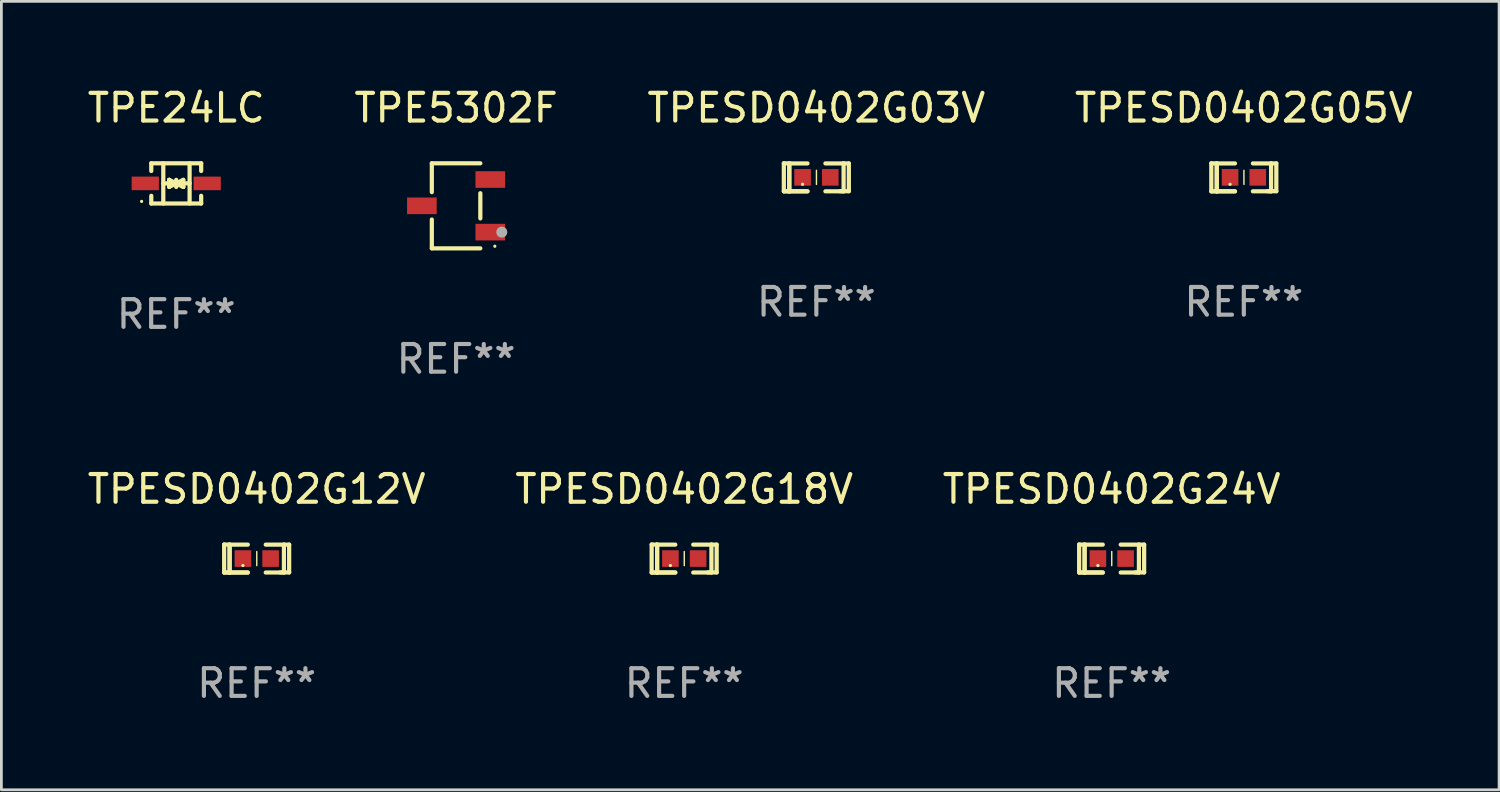
<source format=kicad_pcb>
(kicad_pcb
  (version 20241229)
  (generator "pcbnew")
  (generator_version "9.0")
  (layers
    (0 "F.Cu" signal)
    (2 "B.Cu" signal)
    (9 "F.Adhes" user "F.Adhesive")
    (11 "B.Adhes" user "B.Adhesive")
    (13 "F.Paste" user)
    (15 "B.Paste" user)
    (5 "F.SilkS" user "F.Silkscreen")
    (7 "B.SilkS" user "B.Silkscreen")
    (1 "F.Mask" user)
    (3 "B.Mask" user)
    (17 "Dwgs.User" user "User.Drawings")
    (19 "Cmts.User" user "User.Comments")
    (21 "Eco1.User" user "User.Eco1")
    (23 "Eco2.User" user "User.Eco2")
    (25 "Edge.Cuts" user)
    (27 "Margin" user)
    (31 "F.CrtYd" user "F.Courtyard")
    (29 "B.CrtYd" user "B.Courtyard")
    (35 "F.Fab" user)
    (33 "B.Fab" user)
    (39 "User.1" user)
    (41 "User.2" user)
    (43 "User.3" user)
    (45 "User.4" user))
  (footprint "TPESD0402G03V"
    (layer "F.Cu")
    (at 26.435 3.354)
    (property "Reference" "TPESD0402G03V" (at 0 -2.506 0) (layer "F.SilkS") (effects (font (size 1 1) (thickness 0.15))))
    (attr through_hole)
    (fp_line (start -1.174 -0.506) (end -0.977 -0.502) (stroke (width 0.152) (type solid)) (layer "F.SilkS"))
    (fp_line (start -1.174 0.506) (end -1.174 -0.506) (stroke (width 0.152) (type solid)) (layer "F.SilkS"))
    (fp_line (start -0.977 -0.502) (end -0.977 0.506) (stroke (width 0.152) (type solid)) (layer "F.SilkS"))
    (fp_line (start -0.977 -0.502) (end -0.977 0.506) (stroke (width 0.152) (type solid)) (layer "F.SilkS"))
    (fp_line (start -0.977 0.506) (end -1.166 0.506) (stroke (width 0.152) (type solid)) (layer "F.SilkS"))
    (fp_line (start -0.977 0.506) (end -0.32 0.506) (stroke (width 0.152) (type solid)) (layer "F.SilkS"))
    (fp_line (start -0.977 0.506) (end -0.32 0.506) (stroke (width 0.152) (type solid)) (layer "F.SilkS"))
    (fp_line (start -0.971 0.506) (end -1.174 0.506) (stroke (width 0.152) (type solid)) (layer "F.SilkS"))
    (fp_line (start -0.32 -0.502) (end -0.977 -0.502) (stroke (width 0.152) (type solid)) (layer "F.SilkS"))
    (fp_line (start 0.004 -0.252) (end 0.004 0.256) (stroke (width 0.051) (type solid)) (layer "F.SilkS"))
    (fp_line (start 0.328 0.506) (end 0.985 0.506) (stroke (width 0.152) (type solid)) (layer "F.SilkS"))
    (fp_line (start 0.985 -0.502) (end 0.328 -0.502) (stroke (width 0.152) (type solid)) (layer "F.SilkS"))
    (fp_line (start 0.985 -0.502) (end 1.174 -0.502) (stroke (width 0.152) (type solid)) (layer "F.SilkS"))
    (fp_line (start 0.985 0.506) (end 0.985 -0.502) (stroke (width 0.152) (type solid)) (layer "F.SilkS"))
    (fp_line (start 1.174 -0.502) (end 1.174 0.502) (stroke (width 0.152) (type solid)) (layer "F.SilkS"))
    (fp_line (start 1.174 0.502) (end 0.851 0.502) (stroke (width 0.152) (type solid)) (layer "F.SilkS"))
    (fp_circle (center -0.497 0.253) (end -0.467 0.253) (stroke (width 0.06) (type solid)) (fill no) (layer "F.SilkS"))
    (fp_text user "REF**" (at 0 4.506 0) (layer "F.Fab") (effects (font (size 1 1) (thickness 0.15))))
    (pad "1" smd rect (at -0.496 0.002) (size 0.6 0.6) (layers "F.Cu" "F.Mask" "F.Paste"))
    (pad "2" smd rect (at 0.504 0.002) (size 0.6 0.6) (layers "F.Cu" "F.Mask" "F.Paste")))
  (footprint "TPESD0402G12V"
    (layer "F.Cu")
    (at 6.22 17.123)
    (property "Reference" "TPESD0402G12V" (at 0 -2.506 0) (layer "F.SilkS") (effects (font (size 1 1) (thickness 0.15))))
    (attr through_hole)
    (fp_line (start -1.174 -0.506) (end -0.977 -0.502) (stroke (width 0.152) (type solid)) (layer "F.SilkS"))
    (fp_line (start -1.174 0.506) (end -1.174 -0.506) (stroke (width 0.152) (type solid)) (layer "F.SilkS"))
    (fp_line (start -0.977 -0.502) (end -0.977 0.506) (stroke (width 0.152) (type solid)) (layer "F.SilkS"))
    (fp_line (start -0.977 -0.502) (end -0.977 0.506) (stroke (width 0.152) (type solid)) (layer "F.SilkS"))
    (fp_line (start -0.977 0.506) (end -1.166 0.506) (stroke (width 0.152) (type solid)) (layer "F.SilkS"))
    (fp_line (start -0.977 0.506) (end -0.32 0.506) (stroke (width 0.152) (type solid)) (layer "F.SilkS"))
    (fp_line (start -0.977 0.506) (end -0.32 0.506) (stroke (width 0.152) (type solid)) (layer "F.SilkS"))
    (fp_line (start -0.971 0.506) (end -1.174 0.506) (stroke (width 0.152) (type solid)) (layer "F.SilkS"))
    (fp_line (start -0.32 -0.502) (end -0.977 -0.502) (stroke (width 0.152) (type solid)) (layer "F.SilkS"))
    (fp_line (start 0.004 -0.252) (end 0.004 0.256) (stroke (width 0.051) (type solid)) (layer "F.SilkS"))
    (fp_line (start 0.328 0.506) (end 0.985 0.506) (stroke (width 0.152) (type solid)) (layer "F.SilkS"))
    (fp_line (start 0.985 -0.502) (end 0.328 -0.502) (stroke (width 0.152) (type solid)) (layer "F.SilkS"))
    (fp_line (start 0.985 -0.502) (end 1.174 -0.502) (stroke (width 0.152) (type solid)) (layer "F.SilkS"))
    (fp_line (start 0.985 0.506) (end 0.985 -0.502) (stroke (width 0.152) (type solid)) (layer "F.SilkS"))
    (fp_line (start 1.174 -0.502) (end 1.174 0.502) (stroke (width 0.152) (type solid)) (layer "F.SilkS"))
    (fp_line (start 1.174 0.502) (end 0.851 0.502) (stroke (width 0.152) (type solid)) (layer "F.SilkS"))
    (fp_circle (center -0.497 0.253) (end -0.467 0.253) (stroke (width 0.06) (type solid)) (fill no) (layer "F.SilkS"))
    (fp_text user "REF**" (at 0 4.506 0) (layer "F.Fab") (effects (font (size 1 1) (thickness 0.15))))
    (pad "1" smd rect (at -0.496 0.002) (size 0.6 0.6) (layers "F.Cu" "F.Mask" "F.Paste"))
    (pad "2" smd rect (at 0.504 0.002) (size 0.6 0.6) (layers "F.Cu" "F.Mask" "F.Paste")))
  (footprint "TPESD0402G18V"
    (layer "F.Cu")
    (at 21.661 17.123)
    (property "Reference" "TPESD0402G18V" (at 0 -2.506 0) (layer "F.SilkS") (effects (font (size 1 1) (thickness 0.15))))
    (attr through_hole)
    (fp_line (start -1.174 -0.506) (end -0.977 -0.502) (stroke (width 0.152) (type solid)) (layer "F.SilkS"))
    (fp_line (start -1.174 0.506) (end -1.174 -0.506) (stroke (width 0.152) (type solid)) (layer "F.SilkS"))
    (fp_line (start -0.977 -0.502) (end -0.977 0.506) (stroke (width 0.152) (type solid)) (layer "F.SilkS"))
    (fp_line (start -0.977 -0.502) (end -0.977 0.506) (stroke (width 0.152) (type solid)) (layer "F.SilkS"))
    (fp_line (start -0.977 0.506) (end -1.166 0.506) (stroke (width 0.152) (type solid)) (layer "F.SilkS"))
    (fp_line (start -0.977 0.506) (end -0.32 0.506) (stroke (width 0.152) (type solid)) (layer "F.SilkS"))
    (fp_line (start -0.977 0.506) (end -0.32 0.506) (stroke (width 0.152) (type solid)) (layer "F.SilkS"))
    (fp_line (start -0.971 0.506) (end -1.174 0.506) (stroke (width 0.152) (type solid)) (layer "F.SilkS"))
    (fp_line (start -0.32 -0.502) (end -0.977 -0.502) (stroke (width 0.152) (type solid)) (layer "F.SilkS"))
    (fp_line (start 0.004 -0.252) (end 0.004 0.256) (stroke (width 0.051) (type solid)) (layer "F.SilkS"))
    (fp_line (start 0.328 0.506) (end 0.985 0.506) (stroke (width 0.152) (type solid)) (layer "F.SilkS"))
    (fp_line (start 0.985 -0.502) (end 0.328 -0.502) (stroke (width 0.152) (type solid)) (layer "F.SilkS"))
    (fp_line (start 0.985 -0.502) (end 1.174 -0.502) (stroke (width 0.152) (type solid)) (layer "F.SilkS"))
    (fp_line (start 0.985 0.506) (end 0.985 -0.502) (stroke (width 0.152) (type solid)) (layer "F.SilkS"))
    (fp_line (start 1.174 -0.502) (end 1.174 0.502) (stroke (width 0.152) (type solid)) (layer "F.SilkS"))
    (fp_line (start 1.174 0.502) (end 0.851 0.502) (stroke (width 0.152) (type solid)) (layer "F.SilkS"))
    (fp_circle (center -0.497 0.253) (end -0.467 0.253) (stroke (width 0.06) (type solid)) (fill no) (layer "F.SilkS"))
    (fp_text user "REF**" (at 0 4.506 0) (layer "F.Fab") (effects (font (size 1 1) (thickness 0.15))))
    (pad "1" smd rect (at -0.496 0.002) (size 0.6 0.6) (layers "F.Cu" "F.Mask" "F.Paste"))
    (pad "2" smd rect (at 0.504 0.002) (size 0.6 0.6) (layers "F.Cu" "F.Mask" "F.Paste")))
  (footprint "TPESD0402G05V"
    (layer "F.Cu")
    (at 41.875 3.354)
    (property "Reference" "TPESD0402G05V" (at 0 -2.506 0) (layer "F.SilkS") (effects (font (size 1 1) (thickness 0.15))))
    (attr through_hole)
    (fp_line (start -1.174 -0.506) (end -0.977 -0.502) (stroke (width 0.152) (type solid)) (layer "F.SilkS"))
    (fp_line (start -1.174 0.506) (end -1.174 -0.506) (stroke (width 0.152) (type solid)) (layer "F.SilkS"))
    (fp_line (start -0.977 -0.502) (end -0.977 0.506) (stroke (width 0.152) (type solid)) (layer "F.SilkS"))
    (fp_line (start -0.977 -0.502) (end -0.977 0.506) (stroke (width 0.152) (type solid)) (layer "F.SilkS"))
    (fp_line (start -0.977 0.506) (end -1.166 0.506) (stroke (width 0.152) (type solid)) (layer "F.SilkS"))
    (fp_line (start -0.977 0.506) (end -0.32 0.506) (stroke (width 0.152) (type solid)) (layer "F.SilkS"))
    (fp_line (start -0.977 0.506) (end -0.32 0.506) (stroke (width 0.152) (type solid)) (layer "F.SilkS"))
    (fp_line (start -0.971 0.506) (end -1.174 0.506) (stroke (width 0.152) (type solid)) (layer "F.SilkS"))
    (fp_line (start -0.32 -0.502) (end -0.977 -0.502) (stroke (width 0.152) (type solid)) (layer "F.SilkS"))
    (fp_line (start 0.004 -0.252) (end 0.004 0.256) (stroke (width 0.051) (type solid)) (layer "F.SilkS"))
    (fp_line (start 0.328 0.506) (end 0.985 0.506) (stroke (width 0.152) (type solid)) (layer "F.SilkS"))
    (fp_line (start 0.985 -0.502) (end 0.328 -0.502) (stroke (width 0.152) (type solid)) (layer "F.SilkS"))
    (fp_line (start 0.985 -0.502) (end 1.174 -0.502) (stroke (width 0.152) (type solid)) (layer "F.SilkS"))
    (fp_line (start 0.985 0.506) (end 0.985 -0.502) (stroke (width 0.152) (type solid)) (layer "F.SilkS"))
    (fp_line (start 1.174 -0.502) (end 1.174 0.502) (stroke (width 0.152) (type solid)) (layer "F.SilkS"))
    (fp_line (start 1.174 0.502) (end 0.851 0.502) (stroke (width 0.152) (type solid)) (layer "F.SilkS"))
    (fp_circle (center -0.497 0.253) (end -0.467 0.253) (stroke (width 0.06) (type solid)) (fill no) (layer "F.SilkS"))
    (fp_text user "REF**" (at 0 4.506 0) (layer "F.Fab") (effects (font (size 1 1) (thickness 0.15))))
    (pad "1" smd rect (at -0.496 0.002) (size 0.6 0.6) (layers "F.Cu" "F.Mask" "F.Paste"))
    (pad "2" smd rect (at 0.504 0.002) (size 0.6 0.6) (layers "F.Cu" "F.Mask" "F.Paste")))
  (footprint "TPE24LC"
    (layer "F.Cu")
    (at 3.315 3.574)
    (property "Reference" "TPE24LC" (at 0 -2.726 0) (layer "F.SilkS") (effects (font (size 1 1) (thickness 0.15))))
    (attr through_hole)
    (fp_line (start -0.901 -0.726) (end -0.901 -0.448) (stroke (width 0.152) (type solid)) (layer "F.SilkS"))
    (fp_line (start -0.901 0.726) (end -0.901 0.448) (stroke (width 0.152) (type solid)) (layer "F.SilkS"))
    (fp_line (start -0.467 0) (end 0.483 -0.003) (stroke (width 0.154) (type solid)) (layer "F.SilkS"))
    (fp_line (start -0.467 0.726) (end -0.467 -0.726) (stroke (width 0.152) (type solid)) (layer "F.SilkS"))
    (fp_line (start -0.254 -0.127) (end -0.254 -0.127) (stroke (width 0.154) (type solid)) (layer "F.SilkS"))
    (fp_line (start -0.254 -0.127) (end -0.002 -0.003) (stroke (width 0.154) (type solid)) (layer "F.SilkS"))
    (fp_line (start -0.254 0.127) (end -0.254 -0.127) (stroke (width 0.154) (type solid)) (layer "F.SilkS"))
    (fp_line (start -0.127 0) (end 0.003 0) (stroke (width 0.154) (type solid)) (layer "F.SilkS"))
    (fp_line (start -0.003 0) (end -0.254 0.127) (stroke (width 0.154) (type solid)) (layer "F.SilkS"))
    (fp_line (start 0 -0.127) (end 0 0.127) (stroke (width 0.154) (type solid)) (layer "F.SilkS"))
    (fp_line (start 0.003 0) (end 0.254 -0.127) (stroke (width 0.154) (type solid)) (layer "F.SilkS"))
    (fp_line (start 0.127 0) (end -0.003 0) (stroke (width 0.154) (type solid)) (layer "F.SilkS"))
    (fp_line (start 0.254 -0.127) (end 0.254 0.127) (stroke (width 0.154) (type solid)) (layer "F.SilkS"))
    (fp_line (start 0.254 0.127) (end 0.002 0.003) (stroke (width 0.154) (type solid)) (layer "F.SilkS"))
    (fp_line (start 0.254 0.127) (end 0.254 0.127) (stroke (width 0.154) (type solid)) (layer "F.SilkS"))
    (fp_line (start 0.483 0.726) (end 0.483 -0.726) (stroke (width 0.152) (type solid)) (layer "F.SilkS"))
    (fp_line (start 0.901 -0.726) (end -0.901 -0.726) (stroke (width 0.152) (type solid)) (layer "F.SilkS"))
    (fp_line (start 0.901 -0.726) (end 0.901 -0.448) (stroke (width 0.152) (type solid)) (layer "F.SilkS"))
    (fp_line (start 0.901 0.726) (end -0.901 0.726) (stroke (width 0.152) (type solid)) (layer "F.SilkS"))
    (fp_line (start 0.901 0.726) (end 0.901 0.448) (stroke (width 0.152) (type solid)) (layer "F.SilkS"))
    (fp_circle (center -1.25 0.65) (end -1.22 0.65) (stroke (width 0.06) (type solid)) (fill no) (layer "F.SilkS"))
    (fp_text user "REF**" (at 0 4.726 0) (layer "F.Fab") (effects (font (size 1 1) (thickness 0.15))))
    (pad "1" smd rect (at -1.118 0) (size 0.985 0.49) (layers "F.Cu" "F.Mask" "F.Paste"))
    (pad "2" smd rect (at 1.118 0) (size 0.985 0.49) (layers "F.Cu" "F.Mask" "F.Paste")))
  (footprint "TPE5302F"
    (layer "F.Cu")
    (at 13.423 4.384)
    (property "Reference" "TPE5302F" (at 0 -3.536 0) (layer "F.SilkS") (effects (font (size 1 1) (thickness 0.15))))
    (attr through_hole)
    (fp_line (start -0.876 -1.536) (end -0.876 -0.495) (stroke (width 0.152) (type solid)) (layer "F.SilkS"))
    (fp_line (start -0.876 1.536) (end -0.876 0.495) (stroke (width 0.152) (type solid)) (layer "F.SilkS"))
    (fp_line (start 0.876 -1.536) (end -0.876 -1.536) (stroke (width 0.152) (type solid)) (layer "F.SilkS"))
    (fp_line (start 0.876 -0.455) (end 0.876 0.455) (stroke (width 0.152) (type solid)) (layer "F.SilkS"))
    (fp_line (start 0.876 1.536) (end -0.876 1.536) (stroke (width 0.152) (type solid)) (layer "F.SilkS"))
    (fp_circle (center 1.4 1.46) (end 1.43 1.46) (stroke (width 0.06) (type solid)) (fill no) (layer "F.SilkS"))
    (fp_circle (center 1.651 0.95) (end 1.751 0.95) (stroke (width 0.2) (type solid)) (fill no) (layer "F.Fab"))
    (fp_text user "REF**" (at 0 5.536 0) (layer "F.Fab") (effects (font (size 1 1) (thickness 0.15))))
    (pad "1" smd rect (at 1.235 0.95) (size 1.07 0.6) (layers "F.Cu" "F.Mask" "F.Paste"))
    (pad "2" smd rect (at 1.235 -0.95) (size 1.07 0.6) (layers "F.Cu" "F.Mask" "F.Paste"))
    (pad "3" smd rect (at -1.235 0) (size 1.07 0.6) (layers "F.Cu" "F.Mask" "F.Paste")))
  (footprint "TPESD0402G24V"
    (layer "F.Cu")
    (at 37.101 17.123)
    (property "Reference" "TPESD0402G24V" (at 0 -2.506 0) (layer "F.SilkS") (effects (font (size 1 1) (thickness 0.15))))
    (attr through_hole)
    (fp_line (start -1.174 -0.506) (end -0.977 -0.502) (stroke (width 0.152) (type solid)) (layer "F.SilkS"))
    (fp_line (start -1.174 0.506) (end -1.174 -0.506) (stroke (width 0.152) (type solid)) (layer "F.SilkS"))
    (fp_line (start -0.977 -0.502) (end -0.977 0.506) (stroke (width 0.152) (type solid)) (layer "F.SilkS"))
    (fp_line (start -0.977 -0.502) (end -0.977 0.506) (stroke (width 0.152) (type solid)) (layer "F.SilkS"))
    (fp_line (start -0.977 0.506) (end -1.166 0.506) (stroke (width 0.152) (type solid)) (layer "F.SilkS"))
    (fp_line (start -0.977 0.506) (end -0.32 0.506) (stroke (width 0.152) (type solid)) (layer "F.SilkS"))
    (fp_line (start -0.977 0.506) (end -0.32 0.506) (stroke (width 0.152) (type solid)) (layer "F.SilkS"))
    (fp_line (start -0.971 0.506) (end -1.174 0.506) (stroke (width 0.152) (type solid)) (layer "F.SilkS"))
    (fp_line (start -0.32 -0.502) (end -0.977 -0.502) (stroke (width 0.152) (type solid)) (layer "F.SilkS"))
    (fp_line (start 0.004 -0.252) (end 0.004 0.256) (stroke (width 0.051) (type solid)) (layer "F.SilkS"))
    (fp_line (start 0.328 0.506) (end 0.985 0.506) (stroke (width 0.152) (type solid)) (layer "F.SilkS"))
    (fp_line (start 0.985 -0.502) (end 0.328 -0.502) (stroke (width 0.152) (type solid)) (layer "F.SilkS"))
    (fp_line (start 0.985 -0.502) (end 1.174 -0.502) (stroke (width 0.152) (type solid)) (layer "F.SilkS"))
    (fp_line (start 0.985 0.506) (end 0.985 -0.502) (stroke (width 0.152) (type solid)) (layer "F.SilkS"))
    (fp_line (start 1.174 -0.502) (end 1.174 0.502) (stroke (width 0.152) (type solid)) (layer "F.SilkS"))
    (fp_line (start 1.174 0.502) (end 0.851 0.502) (stroke (width 0.152) (type solid)) (layer "F.SilkS"))
    (fp_circle (center -0.497 0.253) (end -0.467 0.253) (stroke (width 0.06) (type solid)) (fill no) (layer "F.SilkS"))
    (fp_text user "REF**" (at 0 4.506 0) (layer "F.Fab") (effects (font (size 1 1) (thickness 0.15))))
    (pad "1" smd rect (at -0.496 0.002) (size 0.6 0.6) (layers "F.Cu" "F.Mask" "F.Paste"))
    (pad "2" smd rect (at 0.504 0.002) (size 0.6 0.6) (layers "F.Cu" "F.Mask" "F.Paste")))
  (gr_rect
    (start -3 -3)
    (end 51.095 25.477)
    (stroke (width 0.1) (type default))
    (fill no)
    (layer "Edge.Cuts")))
</source>
